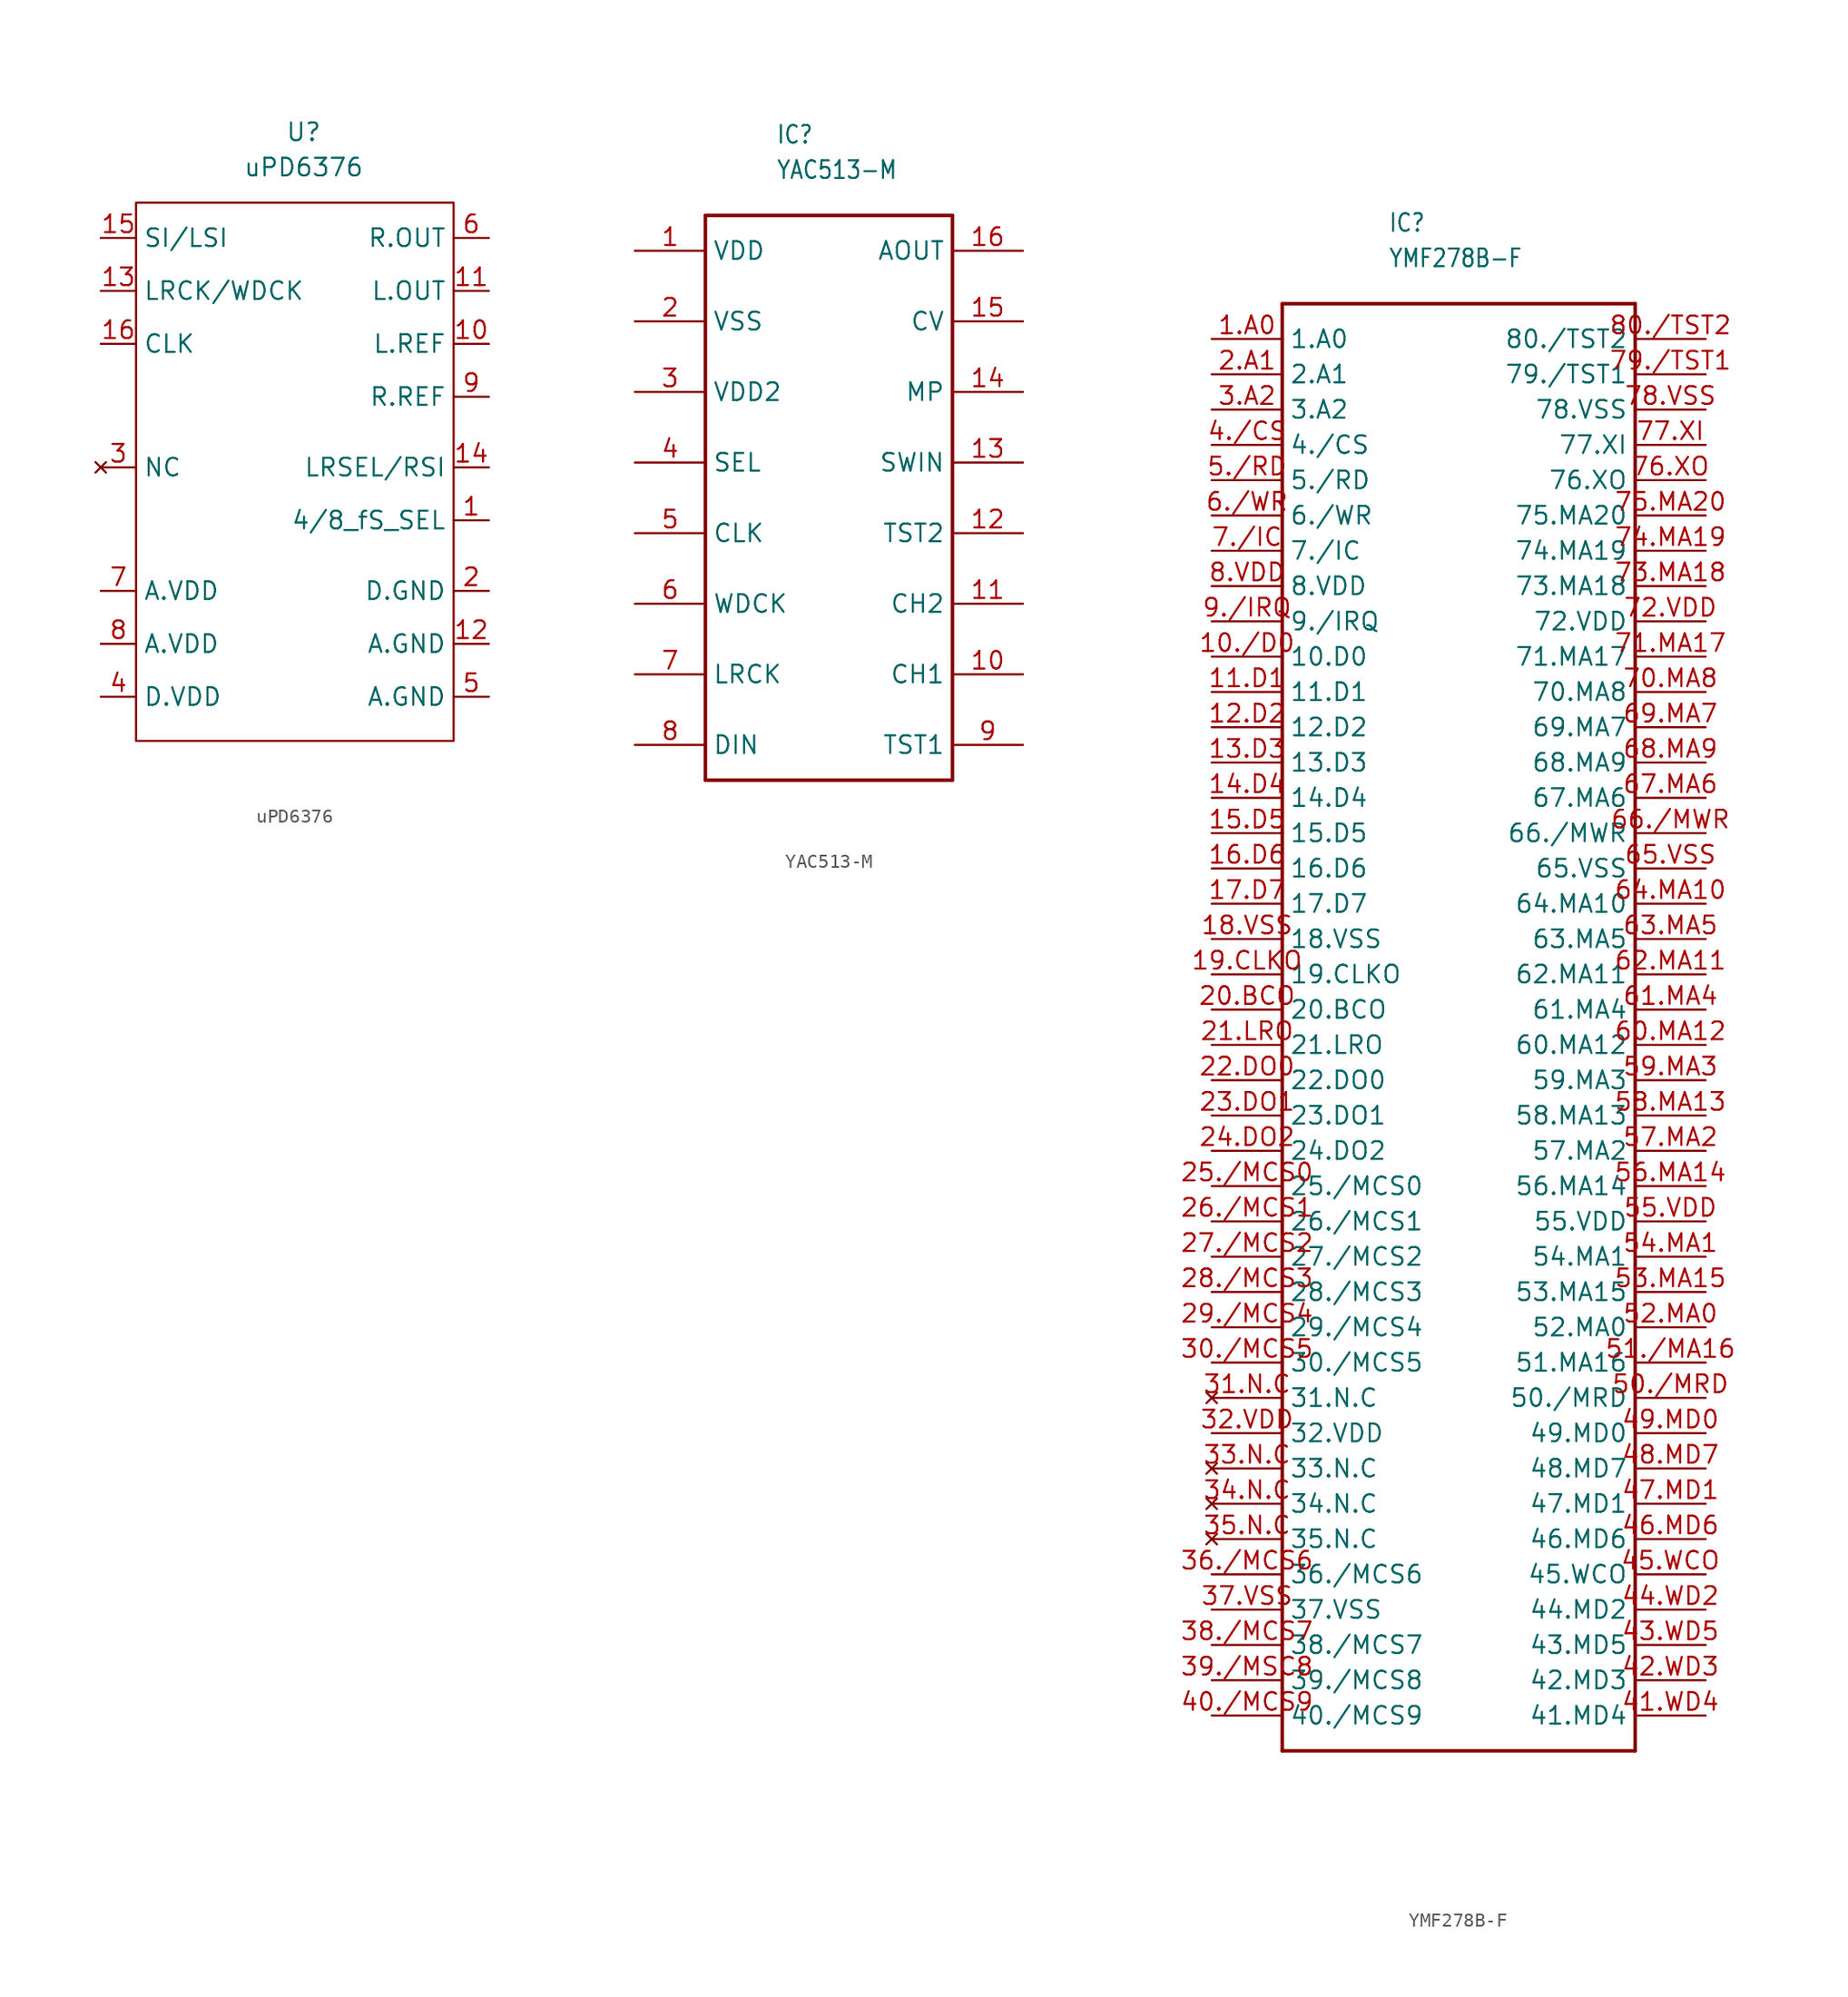
<source format=kicad_sym>
(kicad_symbol_lib
  (version 20220914)
  (generator kicad_symbol_editor)
  (symbol "uPD6376"
    (property "Reference" "U"
      (at -0.635 20.32 0)
      (effects (font (size 1.27 1.27))))
    (property "Value" "uPD6376"
      (at -0.635 17.78 0)
      (effects (font (size 1.27 1.27))))
    (symbol "uPD6376_0_1"
      (rectangle (start -12.7 15.24) (end 10.16 -23.495) (stroke (width 0) (type default)) (fill (type none))))
    (symbol "uPD6376_1_1"
      (pin input line (at 12.7 -7.62 180) (length 2.54) (name "4/8_fS_SEL" (effects (font (size 1.27 1.27)))) (number "1" (effects (font (size 1.27 1.27)))))
      (pin input line (at 12.7 5.08 180) (length 2.54) (name "L.REF" (effects (font (size 1.27 1.27)))) (number "10" (effects (font (size 1.27 1.27)))))
      (pin output line (at 12.7 8.89 180) (length 2.54) (name "L.OUT" (effects (font (size 1.27 1.27)))) (number "11" (effects (font (size 1.27 1.27)))))
      (pin power_in line (at 12.7 -16.51 180) (length 2.54) (name "A.GND" (effects (font (size 1.27 1.27)))) (number "12" (effects (font (size 1.27 1.27)))))
      (pin input line (at -15.24 8.89 0) (length 2.54) (name "LRCK/WDCK" (effects (font (size 1.27 1.27)))) (number "13" (effects (font (size 1.27 1.27)))))
      (pin input line (at 12.7 -3.81 180) (length 2.54) (name "LRSEL/RSI" (effects (font (size 1.27 1.27)))) (number "14" (effects (font (size 1.27 1.27)))))
      (pin input line (at -15.24 12.7 0) (length 2.54) (name "SI/LSI" (effects (font (size 1.27 1.27)))) (number "15" (effects (font (size 1.27 1.27)))))
      (pin input line (at -15.24 5.08 0) (length 2.54) (name "CLK" (effects (font (size 1.27 1.27)))) (number "16" (effects (font (size 1.27 1.27)))))
      (pin power_in line (at 12.7 -12.7 180) (length 2.54) (name "D.GND" (effects (font (size 1.27 1.27)))) (number "2" (effects (font (size 1.27 1.27)))))
      (pin no_connect line (at -15.24 -3.81 0) (length 2.54) (name "NC" (effects (font (size 1.27 1.27)))) (number "3" (effects (font (size 1.27 1.27)))))
      (pin power_in line (at -15.24 -20.32 0) (length 2.54) (name "D.VDD" (effects (font (size 1.27 1.27)))) (number "4" (effects (font (size 1.27 1.27)))))
      (pin power_in line (at 12.7 -20.32 180) (length 2.54) (name "A.GND" (effects (font (size 1.27 1.27)))) (number "5" (effects (font (size 1.27 1.27)))))
      (pin output line (at 12.7 12.7 180) (length 2.54) (name "R.OUT" (effects (font (size 1.27 1.27)))) (number "6" (effects (font (size 1.27 1.27)))))
      (pin power_in line (at -15.24 -12.7 0) (length 2.54) (name "A.VDD" (effects (font (size 1.27 1.27)))) (number "7" (effects (font (size 1.27 1.27)))))
      (pin power_in line (at -15.24 -16.51 0) (length 2.54) (name "A.VDD" (effects (font (size 1.27 1.27)))) (number "8" (effects (font (size 1.27 1.27)))))
      (pin input line (at 12.7 1.27 180) (length 2.54) (name "R.REF" (effects (font (size 1.27 1.27)))) (number "9" (effects (font (size 1.27 1.27)))))))
  (symbol "YAC513-M"
    (property "Reference" "IC"
      (at -7.62 27.94 0)
      (effects (font (size 1.27 1.079)) (justify left bottom)))
    (property "Value" "YAC513-M"
      (at -7.62 25.4 0)
      (effects (font (size 1.27 1.079)) (justify left bottom)))
    (property "ki_locked" ""
      (at 0 0 0)
      (effects (font (size 1.27 1.27))))
    (symbol "YAC513-M_1_0"
      (polyline (pts (xy -12.7 -17.78) (xy -12.7 22.86)) (stroke (width 0.254) (type default)) (fill (type none)))
      (polyline (pts (xy -12.7 22.86) (xy 5.08 22.86)) (stroke (width 0.254) (type default)) (fill (type none)))
      (polyline (pts (xy 5.08 -17.78) (xy -12.7 -17.78)) (stroke (width 0.254) (type default)) (fill (type none)))
      (polyline (pts (xy 5.08 22.86) (xy 5.08 -17.78)) (stroke (width 0.254) (type default)) (fill (type none)))
      (pin power_in line (at -17.78 20.32 0) (length 5.08) (name "VDD" (effects (font (size 1.27 1.27)))) (number "1" (effects (font (size 1.27 1.27)))))
      (pin output line (at 10.16 -10.16 180) (length 5.08) (name "CH1" (effects (font (size 1.27 1.27)))) (number "10" (effects (font (size 1.27 1.27)))))
      (pin output line (at 10.16 -5.08 180) (length 5.08) (name "CH2" (effects (font (size 1.27 1.27)))) (number "11" (effects (font (size 1.27 1.27)))))
      (pin input line (at 10.16 0 180) (length 5.08) (name "TST2" (effects (font (size 1.27 1.27)))) (number "12" (effects (font (size 1.27 1.27)))))
      (pin input line (at 10.16 5.08 180) (length 5.08) (name "SWIN" (effects (font (size 1.27 1.27)))) (number "13" (effects (font (size 1.27 1.27)))))
      (pin input line (at 10.16 10.16 180) (length 5.08) (name "MP" (effects (font (size 1.27 1.27)))) (number "14" (effects (font (size 1.27 1.27)))))
      (pin input line (at 10.16 15.24 180) (length 5.08) (name "CV" (effects (font (size 1.27 1.27)))) (number "15" (effects (font (size 1.27 1.27)))))
      (pin output line (at 10.16 20.32 180) (length 5.08) (name "AOUT" (effects (font (size 1.27 1.27)))) (number "16" (effects (font (size 1.27 1.27)))))
      (pin power_in line (at -17.78 15.24 0) (length 5.08) (name "VSS" (effects (font (size 1.27 1.27)))) (number "2" (effects (font (size 1.27 1.27)))))
      (pin power_in line (at -17.78 10.16 0) (length 5.08) (name "VDD2" (effects (font (size 1.27 1.27)))) (number "3" (effects (font (size 1.27 1.27)))))
      (pin input line (at -17.78 5.08 0) (length 5.08) (name "SEL" (effects (font (size 1.27 1.27)))) (number "4" (effects (font (size 1.27 1.27)))))
      (pin input line (at -17.78 0 0) (length 5.08) (name "CLK" (effects (font (size 1.27 1.27)))) (number "5" (effects (font (size 1.27 1.27)))))
      (pin input line (at -17.78 -5.08 0) (length 5.08) (name "WDCK" (effects (font (size 1.27 1.27)))) (number "6" (effects (font (size 1.27 1.27)))))
      (pin input line (at -17.78 -10.16 0) (length 5.08) (name "LRCK" (effects (font (size 1.27 1.27)))) (number "7" (effects (font (size 1.27 1.27)))))
      (pin input line (at -17.78 -15.24 0) (length 5.08) (name "DIN" (effects (font (size 1.27 1.27)))) (number "8" (effects (font (size 1.27 1.27)))))
      (pin input line (at 10.16 -15.24 180) (length 5.08) (name "TST1" (effects (font (size 1.27 1.27)))) (number "9" (effects (font (size 1.27 1.27)))))))
  (symbol "YMF278B-F"
    (property "Reference" "IC"
      (at 2.54 58.42 0)
      (effects (font (size 1.27 1.079)) (justify left bottom)))
    (property "Value" "YMF278B-F"
      (at 2.54 55.88 0)
      (effects (font (size 1.27 1.079)) (justify left bottom)))
    (property "ki_locked" ""
      (at 0 0 0)
      (effects (font (size 1.27 1.27))))
    (symbol "YMF278B-F_1_0"
      (polyline (pts (xy -5.08 -50.8) (xy -5.08 53.34)) (stroke (width 0.254) (type default)) (fill (type none)))
      (polyline (pts (xy -5.08 53.34) (xy 20.32 53.34)) (stroke (width 0.254) (type default)) (fill (type none)))
      (polyline (pts (xy 20.32 -50.8) (xy -5.08 -50.8)) (stroke (width 0.254) (type default)) (fill (type none)))
      (polyline (pts (xy 20.32 53.34) (xy 20.32 -50.8)) (stroke (width 0.254) (type default)) (fill (type none)))
      (pin input line (at -10.16 50.8 0) (length 5.08) (name "1.A0" (effects (font (size 1.27 1.27)))) (number "1.A0" (effects (font (size 1.27 1.27)))))
      (pin bidirectional line (at -10.16 27.94 0) (length 5.08) (name "10.D0" (effects (font (size 1.27 1.27)))) (number "10./D0" (effects (font (size 1.27 1.27)))))
      (pin bidirectional line (at -10.16 25.4 0) (length 5.08) (name "11.D1" (effects (font (size 1.27 1.27)))) (number "11.D1" (effects (font (size 1.27 1.27)))))
      (pin bidirectional line (at -10.16 22.86 0) (length 5.08) (name "12.D2" (effects (font (size 1.27 1.27)))) (number "12.D2" (effects (font (size 1.27 1.27)))))
      (pin bidirectional line (at -10.16 20.32 0) (length 5.08) (name "13.D3" (effects (font (size 1.27 1.27)))) (number "13.D3" (effects (font (size 1.27 1.27)))))
      (pin bidirectional line (at -10.16 17.78 0) (length 5.08) (name "14.D4" (effects (font (size 1.27 1.27)))) (number "14.D4" (effects (font (size 1.27 1.27)))))
      (pin bidirectional line (at -10.16 15.24 0) (length 5.08) (name "15.D5" (effects (font (size 1.27 1.27)))) (number "15.D5" (effects (font (size 1.27 1.27)))))
      (pin bidirectional line (at -10.16 12.7 0) (length 5.08) (name "16.D6" (effects (font (size 1.27 1.27)))) (number "16.D6" (effects (font (size 1.27 1.27)))))
      (pin bidirectional line (at -10.16 10.16 0) (length 5.08) (name "17.D7" (effects (font (size 1.27 1.27)))) (number "17.D7" (effects (font (size 1.27 1.27)))))
      (pin bidirectional line (at -10.16 7.62 0) (length 5.08) (name "18.VSS" (effects (font (size 1.27 1.27)))) (number "18.VSS" (effects (font (size 1.27 1.27)))))
      (pin output line (at -10.16 5.08 0) (length 5.08) (name "19.CLKO" (effects (font (size 1.27 1.27)))) (number "19.CLKO" (effects (font (size 1.27 1.27)))))
      (pin input line (at -10.16 48.26 0) (length 5.08) (name "2.A1" (effects (font (size 1.27 1.27)))) (number "2.A1" (effects (font (size 1.27 1.27)))))
      (pin output line (at -10.16 2.54 0) (length 5.08) (name "20.BCO" (effects (font (size 1.27 1.27)))) (number "20.BCO" (effects (font (size 1.27 1.27)))))
      (pin output line (at -10.16 0 0) (length 5.08) (name "21.LRO" (effects (font (size 1.27 1.27)))) (number "21.LRO" (effects (font (size 1.27 1.27)))))
      (pin output line (at -10.16 -2.54 0) (length 5.08) (name "22.DO0" (effects (font (size 1.27 1.27)))) (number "22.DO0" (effects (font (size 1.27 1.27)))))
      (pin output line (at -10.16 -5.08 0) (length 5.08) (name "23.DO1" (effects (font (size 1.27 1.27)))) (number "23.DO1" (effects (font (size 1.27 1.27)))))
      (pin output line (at -10.16 -7.62 0) (length 5.08) (name "24.DO2" (effects (font (size 1.27 1.27)))) (number "24.DO2" (effects (font (size 1.27 1.27)))))
      (pin output line (at -10.16 -10.16 0) (length 5.08) (name "25./MCS0" (effects (font (size 1.27 1.27)))) (number "25./MCS0" (effects (font (size 1.27 1.27)))))
      (pin output line (at -10.16 -12.7 0) (length 5.08) (name "26./MCS1" (effects (font (size 1.27 1.27)))) (number "26./MCS1" (effects (font (size 1.27 1.27)))))
      (pin output line (at -10.16 -15.24 0) (length 5.08) (name "27./MCS2" (effects (font (size 1.27 1.27)))) (number "27./MCS2" (effects (font (size 1.27 1.27)))))
      (pin output line (at -10.16 -17.78 0) (length 5.08) (name "28./MCS3" (effects (font (size 1.27 1.27)))) (number "28./MCS3" (effects (font (size 1.27 1.27)))))
      (pin output line (at -10.16 -20.32 0) (length 5.08) (name "29./MCS4" (effects (font (size 1.27 1.27)))) (number "29./MCS4" (effects (font (size 1.27 1.27)))))
      (pin input line (at -10.16 45.72 0) (length 5.08) (name "3.A2" (effects (font (size 1.27 1.27)))) (number "3.A2" (effects (font (size 1.27 1.27)))))
      (pin output line (at -10.16 -22.86 0) (length 5.08) (name "30./MCS5" (effects (font (size 1.27 1.27)))) (number "30./MCS5" (effects (font (size 1.27 1.27)))))
      (pin no_connect line (at -10.16 -25.4 0) (length 5.08) (name "31.N.C" (effects (font (size 1.27 1.27)))) (number "31.N.C" (effects (font (size 1.27 1.27)))))
      (pin bidirectional line (at -10.16 -27.94 0) (length 5.08) (name "32.VDD" (effects (font (size 1.27 1.27)))) (number "32.VDD" (effects (font (size 1.27 1.27)))))
      (pin no_connect line (at -10.16 -30.48 0) (length 5.08) (name "33.N.C" (effects (font (size 1.27 1.27)))) (number "33.N.C" (effects (font (size 1.27 1.27)))))
      (pin no_connect line (at -10.16 -33.02 0) (length 5.08) (name "34.N.C" (effects (font (size 1.27 1.27)))) (number "34.N.C" (effects (font (size 1.27 1.27)))))
      (pin no_connect line (at -10.16 -35.56 0) (length 5.08) (name "35.N.C" (effects (font (size 1.27 1.27)))) (number "35.N.C" (effects (font (size 1.27 1.27)))))
      (pin output line (at -10.16 -38.1 0) (length 5.08) (name "36./MCS6" (effects (font (size 1.27 1.27)))) (number "36./MCS6" (effects (font (size 1.27 1.27)))))
      (pin bidirectional line (at -10.16 -40.64 0) (length 5.08) (name "37.VSS" (effects (font (size 1.27 1.27)))) (number "37.VSS" (effects (font (size 1.27 1.27)))))
      (pin output line (at -10.16 -43.18 0) (length 5.08) (name "38./MCS7" (effects (font (size 1.27 1.27)))) (number "38./MCS7" (effects (font (size 1.27 1.27)))))
      (pin output line (at -10.16 -45.72 0) (length 5.08) (name "39./MCS8" (effects (font (size 1.27 1.27)))) (number "39./MSC8" (effects (font (size 1.27 1.27)))))
      (pin input line (at -10.16 43.18 0) (length 5.08) (name "4./CS" (effects (font (size 1.27 1.27)))) (number "4./CS" (effects (font (size 1.27 1.27)))))
      (pin output line (at -10.16 -48.26 0) (length 5.08) (name "40./MCS9" (effects (font (size 1.27 1.27)))) (number "40./MCS9" (effects (font (size 1.27 1.27)))))
      (pin bidirectional line (at 25.4 -48.26 180) (length 5.08) (name "41.MD4" (effects (font (size 1.27 1.27)))) (number "41.WD4" (effects (font (size 1.27 1.27)))))
      (pin bidirectional line (at 25.4 -45.72 180) (length 5.08) (name "42.MD3" (effects (font (size 1.27 1.27)))) (number "42.WD3" (effects (font (size 1.27 1.27)))))
      (pin bidirectional line (at 25.4 -43.18 180) (length 5.08) (name "43.MD5" (effects (font (size 1.27 1.27)))) (number "43.WD5" (effects (font (size 1.27 1.27)))))
      (pin bidirectional line (at 25.4 -40.64 180) (length 5.08) (name "44.MD2" (effects (font (size 1.27 1.27)))) (number "44.WD2" (effects (font (size 1.27 1.27)))))
      (pin output line (at 25.4 -38.1 180) (length 5.08) (name "45.WCO" (effects (font (size 1.27 1.27)))) (number "45.WCO" (effects (font (size 1.27 1.27)))))
      (pin bidirectional line (at 25.4 -35.56 180) (length 5.08) (name "46.MD6" (effects (font (size 1.27 1.27)))) (number "46.MD6" (effects (font (size 1.27 1.27)))))
      (pin bidirectional line (at 25.4 -33.02 180) (length 5.08) (name "47.MD1" (effects (font (size 1.27 1.27)))) (number "47.MD1" (effects (font (size 1.27 1.27)))))
      (pin bidirectional line (at 25.4 -30.48 180) (length 5.08) (name "48.MD7" (effects (font (size 1.27 1.27)))) (number "48.MD7" (effects (font (size 1.27 1.27)))))
      (pin bidirectional line (at 25.4 -27.94 180) (length 5.08) (name "49.MD0" (effects (font (size 1.27 1.27)))) (number "49.MD0" (effects (font (size 1.27 1.27)))))
      (pin input line (at -10.16 40.64 0) (length 5.08) (name "5./RD" (effects (font (size 1.27 1.27)))) (number "5./RD" (effects (font (size 1.27 1.27)))))
      (pin output line (at 25.4 -25.4 180) (length 5.08) (name "50./MRD" (effects (font (size 1.27 1.27)))) (number "50./MRD" (effects (font (size 1.27 1.27)))))
      (pin output line (at 25.4 -22.86 180) (length 5.08) (name "51.MA16" (effects (font (size 1.27 1.27)))) (number "51./MA16" (effects (font (size 1.27 1.27)))))
      (pin output line (at 25.4 -20.32 180) (length 5.08) (name "52.MA0" (effects (font (size 1.27 1.27)))) (number "52.MA0" (effects (font (size 1.27 1.27)))))
      (pin output line (at 25.4 -17.78 180) (length 5.08) (name "53.MA15" (effects (font (size 1.27 1.27)))) (number "53.MA15" (effects (font (size 1.27 1.27)))))
      (pin output line (at 25.4 -15.24 180) (length 5.08) (name "54.MA1" (effects (font (size 1.27 1.27)))) (number "54.MA1" (effects (font (size 1.27 1.27)))))
      (pin bidirectional line (at 25.4 -12.7 180) (length 5.08) (name "55.VDD" (effects (font (size 1.27 1.27)))) (number "55.VDD" (effects (font (size 1.27 1.27)))))
      (pin output line (at 25.4 -10.16 180) (length 5.08) (name "56.MA14" (effects (font (size 1.27 1.27)))) (number "56.MA14" (effects (font (size 1.27 1.27)))))
      (pin output line (at 25.4 -7.62 180) (length 5.08) (name "57.MA2" (effects (font (size 1.27 1.27)))) (number "57.MA2" (effects (font (size 1.27 1.27)))))
      (pin output line (at 25.4 -5.08 180) (length 5.08) (name "58.MA13" (effects (font (size 1.27 1.27)))) (number "58.MA13" (effects (font (size 1.27 1.27)))))
      (pin output line (at 25.4 -2.54 180) (length 5.08) (name "59.MA3" (effects (font (size 1.27 1.27)))) (number "59.MA3" (effects (font (size 1.27 1.27)))))
      (pin input line (at -10.16 38.1 0) (length 5.08) (name "6./WR" (effects (font (size 1.27 1.27)))) (number "6./WR" (effects (font (size 1.27 1.27)))))
      (pin output line (at 25.4 0 180) (length 5.08) (name "60.MA12" (effects (font (size 1.27 1.27)))) (number "60.MA12" (effects (font (size 1.27 1.27)))))
      (pin output line (at 25.4 2.54 180) (length 5.08) (name "61.MA4" (effects (font (size 1.27 1.27)))) (number "61.MA4" (effects (font (size 1.27 1.27)))))
      (pin output line (at 25.4 5.08 180) (length 5.08) (name "62.MA11" (effects (font (size 1.27 1.27)))) (number "62.MA11" (effects (font (size 1.27 1.27)))))
      (pin output line (at 25.4 7.62 180) (length 5.08) (name "63.MA5" (effects (font (size 1.27 1.27)))) (number "63.MA5" (effects (font (size 1.27 1.27)))))
      (pin output line (at 25.4 10.16 180) (length 5.08) (name "64.MA10" (effects (font (size 1.27 1.27)))) (number "64.MA10" (effects (font (size 1.27 1.27)))))
      (pin bidirectional line (at 25.4 12.7 180) (length 5.08) (name "65.VSS" (effects (font (size 1.27 1.27)))) (number "65.VSS" (effects (font (size 1.27 1.27)))))
      (pin output line (at 25.4 15.24 180) (length 5.08) (name "66./MWR" (effects (font (size 1.27 1.27)))) (number "66./MWR" (effects (font (size 1.27 1.27)))))
      (pin output line (at 25.4 17.78 180) (length 5.08) (name "67.MA6" (effects (font (size 1.27 1.27)))) (number "67.MA6" (effects (font (size 1.27 1.27)))))
      (pin output line (at 25.4 20.32 180) (length 5.08) (name "68.MA9" (effects (font (size 1.27 1.27)))) (number "68.MA9" (effects (font (size 1.27 1.27)))))
      (pin output line (at 25.4 22.86 180) (length 5.08) (name "69.MA7" (effects (font (size 1.27 1.27)))) (number "69.MA7" (effects (font (size 1.27 1.27)))))
      (pin input line (at -10.16 35.56 0) (length 5.08) (name "7./IC" (effects (font (size 1.27 1.27)))) (number "7./IC" (effects (font (size 1.27 1.27)))))
      (pin output line (at 25.4 25.4 180) (length 5.08) (name "70.MA8" (effects (font (size 1.27 1.27)))) (number "70.MA8" (effects (font (size 1.27 1.27)))))
      (pin output line (at 25.4 27.94 180) (length 5.08) (name "71.MA17" (effects (font (size 1.27 1.27)))) (number "71.MA17" (effects (font (size 1.27 1.27)))))
      (pin bidirectional line (at 25.4 30.48 180) (length 5.08) (name "72.VDD" (effects (font (size 1.27 1.27)))) (number "72.VDD" (effects (font (size 1.27 1.27)))))
      (pin output line (at 25.4 33.02 180) (length 5.08) (name "73.MA18" (effects (font (size 1.27 1.27)))) (number "73.MA18" (effects (font (size 1.27 1.27)))))
      (pin output line (at 25.4 35.56 180) (length 5.08) (name "74.MA19" (effects (font (size 1.27 1.27)))) (number "74.MA19" (effects (font (size 1.27 1.27)))))
      (pin output line (at 25.4 38.1 180) (length 5.08) (name "75.MA20" (effects (font (size 1.27 1.27)))) (number "75.MA20" (effects (font (size 1.27 1.27)))))
      (pin output line (at 25.4 40.64 180) (length 5.08) (name "76.XO" (effects (font (size 1.27 1.27)))) (number "76.XO" (effects (font (size 1.27 1.27)))))
      (pin input line (at 25.4 43.18 180) (length 5.08) (name "77.XI" (effects (font (size 1.27 1.27)))) (number "77.XI" (effects (font (size 1.27 1.27)))))
      (pin bidirectional line (at 25.4 45.72 180) (length 5.08) (name "78.VSS" (effects (font (size 1.27 1.27)))) (number "78.VSS" (effects (font (size 1.27 1.27)))))
      (pin input line (at 25.4 48.26 180) (length 5.08) (name "79./TST1" (effects (font (size 1.27 1.27)))) (number "79./TST1" (effects (font (size 1.27 1.27)))))
      (pin bidirectional line (at -10.16 33.02 0) (length 5.08) (name "8.VDD" (effects (font (size 1.27 1.27)))) (number "8.VDD" (effects (font (size 1.27 1.27)))))
      (pin input line (at 25.4 50.8 180) (length 5.08) (name "80./TST2" (effects (font (size 1.27 1.27)))) (number "80./TST2" (effects (font (size 1.27 1.27)))))
      (pin bidirectional line (at -10.16 30.48 0) (length 5.08) (name "9./IRQ" (effects (font (size 1.27 1.27)))) (number "9./IRQ" (effects (font (size 1.27 1.27))))))))
</source>
